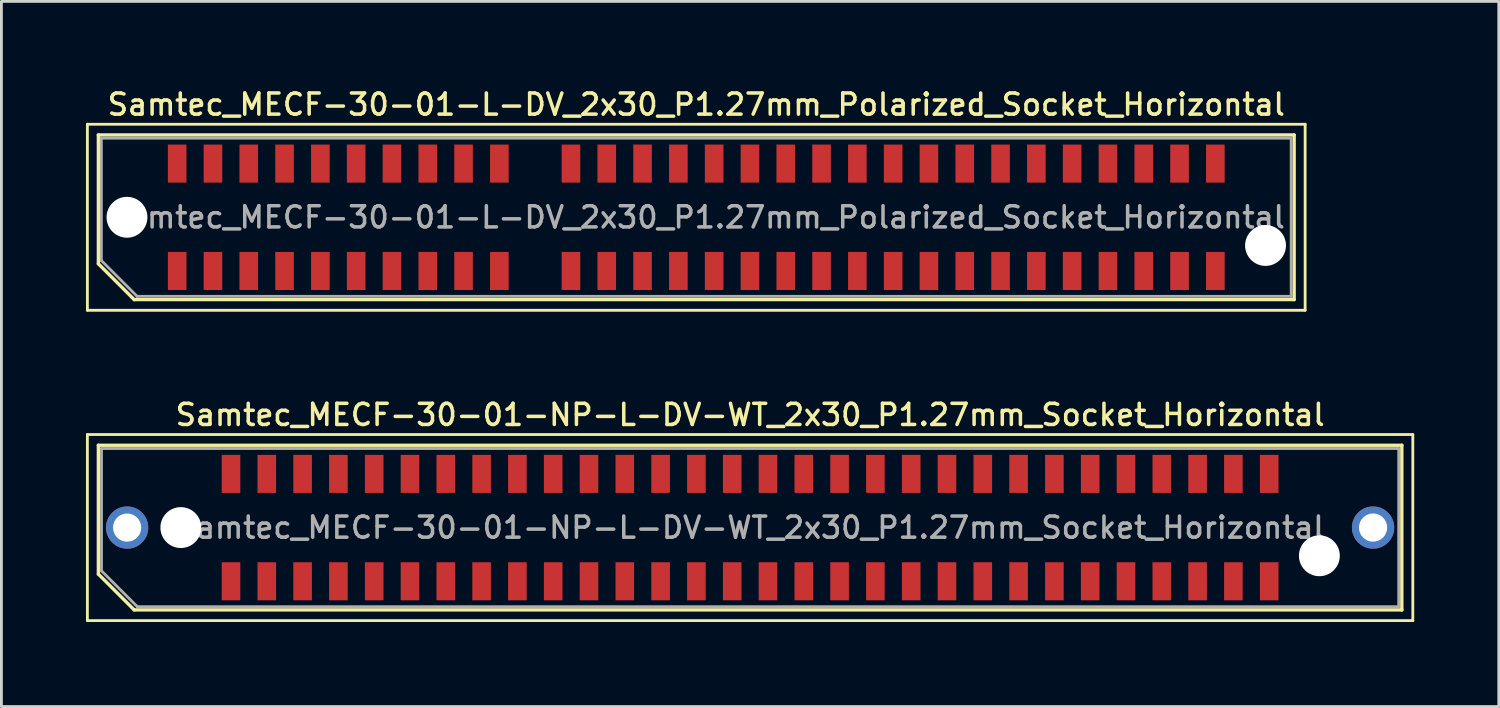
<source format=kicad_pcb>
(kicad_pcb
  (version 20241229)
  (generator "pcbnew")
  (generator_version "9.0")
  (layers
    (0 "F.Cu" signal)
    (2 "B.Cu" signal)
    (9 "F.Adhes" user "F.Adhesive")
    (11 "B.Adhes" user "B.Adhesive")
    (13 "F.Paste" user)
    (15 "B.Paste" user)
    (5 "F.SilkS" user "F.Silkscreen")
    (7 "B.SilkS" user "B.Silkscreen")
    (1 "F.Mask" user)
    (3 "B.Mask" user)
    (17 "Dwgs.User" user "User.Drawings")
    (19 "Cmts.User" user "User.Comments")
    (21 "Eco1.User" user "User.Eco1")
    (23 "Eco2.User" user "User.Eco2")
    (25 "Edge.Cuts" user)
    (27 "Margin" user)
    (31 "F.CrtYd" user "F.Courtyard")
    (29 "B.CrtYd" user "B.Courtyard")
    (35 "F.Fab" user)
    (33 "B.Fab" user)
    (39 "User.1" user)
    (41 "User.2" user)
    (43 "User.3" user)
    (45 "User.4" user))
  (footprint "Samtec_MECF-30-01-L-DV_2x30_P1.27mm_Polarized_Socket_Horizontal"
    (layer "F.Cu")
    (at 21.65 4.658)
    (property "Reference" "Samtec_MECF-30-01-L-DV_2x30_P1.27mm_Polarized_Socket_Horizontal" (at 0 -4 0) (layer "F.SilkS") (effects (font (size 0.75 0.75) (thickness 0.125))))
    (attr smd)
    (fp_line (start -21.6 -3.3) (end -21.6 3.3) (stroke (width 0.1) (type solid)) (layer "F.SilkS"))
    (fp_line (start -21.6 3.3) (end 21.6 3.3) (stroke (width 0.1) (type solid)) (layer "F.SilkS"))
    (fp_line (start -21.21 -2.92) (end 21.21 -2.92) (stroke (width 0.12) (type solid)) (layer "F.SilkS"))
    (fp_line (start -21.21 1.65) (end -21.21 -2.92) (stroke (width 0.12) (type solid)) (layer "F.SilkS"))
    (fp_line (start -19.94 2.92) (end -21.21 1.65) (stroke (width 0.12) (type solid)) (layer "F.SilkS"))
    (fp_line (start -19.94 2.92) (end 21.21 2.92) (stroke (width 0.12) (type solid)) (layer "F.SilkS"))
    (fp_line (start 21.21 2.92) (end 21.21 -2.92) (stroke (width 0.12) (type solid)) (layer "F.SilkS"))
    (fp_line (start 21.6 -3.3) (end -21.6 -3.3) (stroke (width 0.1) (type solid)) (layer "F.SilkS"))
    (fp_line (start 21.6 3.3) (end 21.6 -3.3) (stroke (width 0.1) (type solid)) (layer "F.SilkS"))
    (fp_line (start -21.105 -2.805) (end 21.105 -2.805) (stroke (width 0.1) (type solid)) (layer "F.Fab"))
    (fp_line (start -21.105 1.535) (end -21.105 -2.805) (stroke (width 0.1) (type solid)) (layer "F.Fab"))
    (fp_line (start -21.105 1.535) (end -19.835 2.805) (stroke (width 0.1) (type solid)) (layer "F.Fab"))
    (fp_line (start -19.835 2.805) (end 21.105 2.805) (stroke (width 0.1) (type solid)) (layer "F.Fab"))
    (fp_line (start 21.105 2.805) (end 21.105 -2.805) (stroke (width 0.1) (type solid)) (layer "F.Fab"))
    (fp_text user "${REFERENCE}" (at 0 0 0) (layer "F.Fab") (effects (font (size 0.75 0.75) (thickness 0.125))))
    (pad "" np_thru_hole circle (at -20.195 0) (size 1.45 1.45) (drill 1.45) (layers "*.Cu" "*.Mask"))
    (pad "" np_thru_hole circle (at 20.195 1) (size 1.45 1.45) (drill 1.45) (layers "*.Cu" "*.Mask"))
    (pad "1" smd rect (at -18.415 1.905) (size 0.66 1.35) (layers "F.Cu" "F.Mask" "F.Paste"))
    (pad "2" smd rect (at -18.415 -1.905) (size 0.66 1.35) (layers "F.Cu" "F.Mask" "F.Paste"))
    (pad "3" smd rect (at -17.145 1.905) (size 0.66 1.35) (layers "F.Cu" "F.Mask" "F.Paste"))
    (pad "4" smd rect (at -17.145 -1.905) (size 0.66 1.35) (layers "F.Cu" "F.Mask" "F.Paste"))
    (pad "5" smd rect (at -15.875 1.905) (size 0.66 1.35) (layers "F.Cu" "F.Mask" "F.Paste"))
    (pad "6" smd rect (at -15.875 -1.905) (size 0.66 1.35) (layers "F.Cu" "F.Mask" "F.Paste"))
    (pad "7" smd rect (at -14.605 1.905) (size 0.66 1.35) (layers "F.Cu" "F.Mask" "F.Paste"))
    (pad "8" smd rect (at -14.605 -1.905) (size 0.66 1.35) (layers "F.Cu" "F.Mask" "F.Paste"))
    (pad "9" smd rect (at -13.335 1.905) (size 0.66 1.35) (layers "F.Cu" "F.Mask" "F.Paste"))
    (pad "10" smd rect (at -13.335 -1.905) (size 0.66 1.35) (layers "F.Cu" "F.Mask" "F.Paste"))
    (pad "11" smd rect (at -12.065 1.905) (size 0.66 1.35) (layers "F.Cu" "F.Mask" "F.Paste"))
    (pad "12" smd rect (at -12.065 -1.905) (size 0.66 1.35) (layers "F.Cu" "F.Mask" "F.Paste"))
    (pad "13" smd rect (at -10.795 1.905) (size 0.66 1.35) (layers "F.Cu" "F.Mask" "F.Paste"))
    (pad "14" smd rect (at -10.795 -1.905) (size 0.66 1.35) (layers "F.Cu" "F.Mask" "F.Paste"))
    (pad "15" smd rect (at -9.525 1.905) (size 0.66 1.35) (layers "F.Cu" "F.Mask" "F.Paste"))
    (pad "16" smd rect (at -9.525 -1.905) (size 0.66 1.35) (layers "F.Cu" "F.Mask" "F.Paste"))
    (pad "17" smd rect (at -8.255 1.905) (size 0.66 1.35) (layers "F.Cu" "F.Mask" "F.Paste"))
    (pad "18" smd rect (at -8.255 -1.905) (size 0.66 1.35) (layers "F.Cu" "F.Mask" "F.Paste"))
    (pad "19" smd rect (at -6.985 1.905) (size 0.66 1.35) (layers "F.Cu" "F.Mask" "F.Paste"))
    (pad "20" smd rect (at -6.985 -1.905) (size 0.66 1.35) (layers "F.Cu" "F.Mask" "F.Paste"))
    (pad "23" smd rect (at -4.445 1.905) (size 0.66 1.35) (layers "F.Cu" "F.Mask" "F.Paste"))
    (pad "24" smd rect (at -4.445 -1.905) (size 0.66 1.35) (layers "F.Cu" "F.Mask" "F.Paste"))
    (pad "25" smd rect (at -3.175 1.905) (size 0.66 1.35) (layers "F.Cu" "F.Mask" "F.Paste"))
    (pad "26" smd rect (at -3.175 -1.905) (size 0.66 1.35) (layers "F.Cu" "F.Mask" "F.Paste"))
    (pad "27" smd rect (at -1.905 1.905) (size 0.66 1.35) (layers "F.Cu" "F.Mask" "F.Paste"))
    (pad "28" smd rect (at -1.905 -1.905) (size 0.66 1.35) (layers "F.Cu" "F.Mask" "F.Paste"))
    (pad "29" smd rect (at -0.635 1.905) (size 0.66 1.35) (layers "F.Cu" "F.Mask" "F.Paste"))
    (pad "30" smd rect (at -0.635 -1.905) (size 0.66 1.35) (layers "F.Cu" "F.Mask" "F.Paste"))
    (pad "31" smd rect (at 0.635 1.905) (size 0.66 1.35) (layers "F.Cu" "F.Mask" "F.Paste"))
    (pad "32" smd rect (at 0.635 -1.905) (size 0.66 1.35) (layers "F.Cu" "F.Mask" "F.Paste"))
    (pad "33" smd rect (at 1.905 1.905) (size 0.66 1.35) (layers "F.Cu" "F.Mask" "F.Paste"))
    (pad "34" smd rect (at 1.905 -1.905) (size 0.66 1.35) (layers "F.Cu" "F.Mask" "F.Paste"))
    (pad "35" smd rect (at 3.175 1.905) (size 0.66 1.35) (layers "F.Cu" "F.Mask" "F.Paste"))
    (pad "36" smd rect (at 3.175 -1.905) (size 0.66 1.35) (layers "F.Cu" "F.Mask" "F.Paste"))
    (pad "37" smd rect (at 4.445 1.905) (size 0.66 1.35) (layers "F.Cu" "F.Mask" "F.Paste"))
    (pad "38" smd rect (at 4.445 -1.905) (size 0.66 1.35) (layers "F.Cu" "F.Mask" "F.Paste"))
    (pad "39" smd rect (at 5.715 1.905) (size 0.66 1.35) (layers "F.Cu" "F.Mask" "F.Paste"))
    (pad "40" smd rect (at 5.715 -1.905) (size 0.66 1.35) (layers "F.Cu" "F.Mask" "F.Paste"))
    (pad "41" smd rect (at 6.985 1.905) (size 0.66 1.35) (layers "F.Cu" "F.Mask" "F.Paste"))
    (pad "42" smd rect (at 6.985 -1.905) (size 0.66 1.35) (layers "F.Cu" "F.Mask" "F.Paste"))
    (pad "43" smd rect (at 8.255 1.905) (size 0.66 1.35) (layers "F.Cu" "F.Mask" "F.Paste"))
    (pad "44" smd rect (at 8.255 -1.905) (size 0.66 1.35) (layers "F.Cu" "F.Mask" "F.Paste"))
    (pad "45" smd rect (at 9.525 1.905) (size 0.66 1.35) (layers "F.Cu" "F.Mask" "F.Paste"))
    (pad "46" smd rect (at 9.525 -1.905) (size 0.66 1.35) (layers "F.Cu" "F.Mask" "F.Paste"))
    (pad "47" smd rect (at 10.795 1.905) (size 0.66 1.35) (layers "F.Cu" "F.Mask" "F.Paste"))
    (pad "48" smd rect (at 10.795 -1.905) (size 0.66 1.35) (layers "F.Cu" "F.Mask" "F.Paste"))
    (pad "49" smd rect (at 12.065 1.905) (size 0.66 1.35) (layers "F.Cu" "F.Mask" "F.Paste"))
    (pad "50" smd rect (at 12.065 -1.905) (size 0.66 1.35) (layers "F.Cu" "F.Mask" "F.Paste"))
    (pad "51" smd rect (at 13.335 1.905) (size 0.66 1.35) (layers "F.Cu" "F.Mask" "F.Paste"))
    (pad "52" smd rect (at 13.335 -1.905) (size 0.66 1.35) (layers "F.Cu" "F.Mask" "F.Paste"))
    (pad "53" smd rect (at 14.605 1.905) (size 0.66 1.35) (layers "F.Cu" "F.Mask" "F.Paste"))
    (pad "54" smd rect (at 14.605 -1.905) (size 0.66 1.35) (layers "F.Cu" "F.Mask" "F.Paste"))
    (pad "55" smd rect (at 15.875 1.905) (size 0.66 1.35) (layers "F.Cu" "F.Mask" "F.Paste"))
    (pad "56" smd rect (at 15.875 -1.905) (size 0.66 1.35) (layers "F.Cu" "F.Mask" "F.Paste"))
    (pad "57" smd rect (at 17.145 1.905) (size 0.66 1.35) (layers "F.Cu" "F.Mask" "F.Paste"))
    (pad "58" smd rect (at 17.145 -1.905) (size 0.66 1.35) (layers "F.Cu" "F.Mask" "F.Paste"))
    (pad "59" smd rect (at 18.415 1.905) (size 0.66 1.35) (layers "F.Cu" "F.Mask" "F.Paste"))
    (pad "60" smd rect (at 18.415 -1.905) (size 0.66 1.35) (layers "F.Cu" "F.Mask" "F.Paste")))
  (footprint "Samtec_MECF-30-01-NP-L-DV-WT_2x30_P1.27mm_Socket_Horizontal"
    (layer "F.Cu")
    (at 23.56 15.666)
    (property "Reference" "Samtec_MECF-30-01-NP-L-DV-WT_2x30_P1.27mm_Socket_Horizontal" (at 0 -4 0) (layer "F.SilkS") (effects (font (size 0.75 0.75) (thickness 0.125))))
    (attr smd)
    (fp_line (start -23.51 -3.3) (end -23.51 3.3) (stroke (width 0.1) (type solid)) (layer "F.SilkS"))
    (fp_line (start -23.51 3.3) (end 23.51 3.3) (stroke (width 0.1) (type solid)) (layer "F.SilkS"))
    (fp_line (start -23.12 -2.92) (end 23.12 -2.92) (stroke (width 0.12) (type solid)) (layer "F.SilkS"))
    (fp_line (start -23.12 1.65) (end -23.12 -2.92) (stroke (width 0.12) (type solid)) (layer "F.SilkS"))
    (fp_line (start -21.85 2.92) (end -23.12 1.65) (stroke (width 0.12) (type solid)) (layer "F.SilkS"))
    (fp_line (start -21.85 2.92) (end 23.12 2.92) (stroke (width 0.12) (type solid)) (layer "F.SilkS"))
    (fp_line (start 23.12 2.92) (end 23.12 -2.92) (stroke (width 0.12) (type solid)) (layer "F.SilkS"))
    (fp_line (start 23.51 -3.3) (end -23.51 -3.3) (stroke (width 0.1) (type solid)) (layer "F.SilkS"))
    (fp_line (start 23.51 3.3) (end 23.51 -3.3) (stroke (width 0.1) (type solid)) (layer "F.SilkS"))
    (fp_line (start -23.01 -2.805) (end 23.01 -2.805) (stroke (width 0.1) (type solid)) (layer "F.Fab"))
    (fp_line (start -23.01 1.535) (end -23.01 -2.805) (stroke (width 0.1) (type solid)) (layer "F.Fab"))
    (fp_line (start -23.01 1.535) (end -21.74 2.805) (stroke (width 0.1) (type solid)) (layer "F.Fab"))
    (fp_line (start -21.74 2.805) (end 23.01 2.805) (stroke (width 0.1) (type solid)) (layer "F.Fab"))
    (fp_line (start 23.01 2.805) (end 23.01 -2.805) (stroke (width 0.1) (type solid)) (layer "F.Fab"))
    (fp_text user "${REFERENCE}" (at 0 0 0) (layer "F.Fab") (effects (font (size 0.75 0.75) (thickness 0.125))))
    (pad "" thru_hole circle (at -22.1 0) (size 1.5 1.5) (drill 1) (layers "*.Cu" "*.Mask"))
    (pad "" np_thru_hole circle (at -20.195 0) (size 1.45 1.45) (drill 1.45) (layers "*.Cu" "*.Mask"))
    (pad "" np_thru_hole circle (at 20.195 1) (size 1.45 1.45) (drill 1.45) (layers "*.Cu" "*.Mask"))
    (pad "" thru_hole circle (at 22.1 0) (size 1.5 1.5) (drill 1) (layers "*.Cu" "*.Mask"))
    (pad "1" smd rect (at -18.415 1.905) (size 0.66 1.35) (layers "F.Cu" "F.Mask" "F.Paste"))
    (pad "2" smd rect (at -18.415 -1.905) (size 0.66 1.35) (layers "F.Cu" "F.Mask" "F.Paste"))
    (pad "3" smd rect (at -17.145 1.905) (size 0.66 1.35) (layers "F.Cu" "F.Mask" "F.Paste"))
    (pad "4" smd rect (at -17.145 -1.905) (size 0.66 1.35) (layers "F.Cu" "F.Mask" "F.Paste"))
    (pad "5" smd rect (at -15.875 1.905) (size 0.66 1.35) (layers "F.Cu" "F.Mask" "F.Paste"))
    (pad "6" smd rect (at -15.875 -1.905) (size 0.66 1.35) (layers "F.Cu" "F.Mask" "F.Paste"))
    (pad "7" smd rect (at -14.605 1.905) (size 0.66 1.35) (layers "F.Cu" "F.Mask" "F.Paste"))
    (pad "8" smd rect (at -14.605 -1.905) (size 0.66 1.35) (layers "F.Cu" "F.Mask" "F.Paste"))
    (pad "9" smd rect (at -13.335 1.905) (size 0.66 1.35) (layers "F.Cu" "F.Mask" "F.Paste"))
    (pad "10" smd rect (at -13.335 -1.905) (size 0.66 1.35) (layers "F.Cu" "F.Mask" "F.Paste"))
    (pad "11" smd rect (at -12.065 1.905) (size 0.66 1.35) (layers "F.Cu" "F.Mask" "F.Paste"))
    (pad "12" smd rect (at -12.065 -1.905) (size 0.66 1.35) (layers "F.Cu" "F.Mask" "F.Paste"))
    (pad "13" smd rect (at -10.795 1.905) (size 0.66 1.35) (layers "F.Cu" "F.Mask" "F.Paste"))
    (pad "14" smd rect (at -10.795 -1.905) (size 0.66 1.35) (layers "F.Cu" "F.Mask" "F.Paste"))
    (pad "15" smd rect (at -9.525 1.905) (size 0.66 1.35) (layers "F.Cu" "F.Mask" "F.Paste"))
    (pad "16" smd rect (at -9.525 -1.905) (size 0.66 1.35) (layers "F.Cu" "F.Mask" "F.Paste"))
    (pad "17" smd rect (at -8.255 1.905) (size 0.66 1.35) (layers "F.Cu" "F.Mask" "F.Paste"))
    (pad "18" smd rect (at -8.255 -1.905) (size 0.66 1.35) (layers "F.Cu" "F.Mask" "F.Paste"))
    (pad "19" smd rect (at -6.985 1.905) (size 0.66 1.35) (layers "F.Cu" "F.Mask" "F.Paste"))
    (pad "20" smd rect (at -6.985 -1.905) (size 0.66 1.35) (layers "F.Cu" "F.Mask" "F.Paste"))
    (pad "21" smd rect (at -5.715 1.905) (size 0.66 1.35) (layers "F.Cu" "F.Mask" "F.Paste"))
    (pad "22" smd rect (at -5.715 -1.905) (size 0.66 1.35) (layers "F.Cu" "F.Mask" "F.Paste"))
    (pad "23" smd rect (at -4.445 1.905) (size 0.66 1.35) (layers "F.Cu" "F.Mask" "F.Paste"))
    (pad "24" smd rect (at -4.445 -1.905) (size 0.66 1.35) (layers "F.Cu" "F.Mask" "F.Paste"))
    (pad "25" smd rect (at -3.175 1.905) (size 0.66 1.35) (layers "F.Cu" "F.Mask" "F.Paste"))
    (pad "26" smd rect (at -3.175 -1.905) (size 0.66 1.35) (layers "F.Cu" "F.Mask" "F.Paste"))
    (pad "27" smd rect (at -1.905 1.905) (size 0.66 1.35) (layers "F.Cu" "F.Mask" "F.Paste"))
    (pad "28" smd rect (at -1.905 -1.905) (size 0.66 1.35) (layers "F.Cu" "F.Mask" "F.Paste"))
    (pad "29" smd rect (at -0.635 1.905) (size 0.66 1.35) (layers "F.Cu" "F.Mask" "F.Paste"))
    (pad "30" smd rect (at -0.635 -1.905) (size 0.66 1.35) (layers "F.Cu" "F.Mask" "F.Paste"))
    (pad "31" smd rect (at 0.635 1.905) (size 0.66 1.35) (layers "F.Cu" "F.Mask" "F.Paste"))
    (pad "32" smd rect (at 0.635 -1.905) (size 0.66 1.35) (layers "F.Cu" "F.Mask" "F.Paste"))
    (pad "33" smd rect (at 1.905 1.905) (size 0.66 1.35) (layers "F.Cu" "F.Mask" "F.Paste"))
    (pad "34" smd rect (at 1.905 -1.905) (size 0.66 1.35) (layers "F.Cu" "F.Mask" "F.Paste"))
    (pad "35" smd rect (at 3.175 1.905) (size 0.66 1.35) (layers "F.Cu" "F.Mask" "F.Paste"))
    (pad "36" smd rect (at 3.175 -1.905) (size 0.66 1.35) (layers "F.Cu" "F.Mask" "F.Paste"))
    (pad "37" smd rect (at 4.445 1.905) (size 0.66 1.35) (layers "F.Cu" "F.Mask" "F.Paste"))
    (pad "38" smd rect (at 4.445 -1.905) (size 0.66 1.35) (layers "F.Cu" "F.Mask" "F.Paste"))
    (pad "39" smd rect (at 5.715 1.905) (size 0.66 1.35) (layers "F.Cu" "F.Mask" "F.Paste"))
    (pad "40" smd rect (at 5.715 -1.905) (size 0.66 1.35) (layers "F.Cu" "F.Mask" "F.Paste"))
    (pad "41" smd rect (at 6.985 1.905) (size 0.66 1.35) (layers "F.Cu" "F.Mask" "F.Paste"))
    (pad "42" smd rect (at 6.985 -1.905) (size 0.66 1.35) (layers "F.Cu" "F.Mask" "F.Paste"))
    (pad "43" smd rect (at 8.255 1.905) (size 0.66 1.35) (layers "F.Cu" "F.Mask" "F.Paste"))
    (pad "44" smd rect (at 8.255 -1.905) (size 0.66 1.35) (layers "F.Cu" "F.Mask" "F.Paste"))
    (pad "45" smd rect (at 9.525 1.905) (size 0.66 1.35) (layers "F.Cu" "F.Mask" "F.Paste"))
    (pad "46" smd rect (at 9.525 -1.905) (size 0.66 1.35) (layers "F.Cu" "F.Mask" "F.Paste"))
    (pad "47" smd rect (at 10.795 1.905) (size 0.66 1.35) (layers "F.Cu" "F.Mask" "F.Paste"))
    (pad "48" smd rect (at 10.795 -1.905) (size 0.66 1.35) (layers "F.Cu" "F.Mask" "F.Paste"))
    (pad "49" smd rect (at 12.065 1.905) (size 0.66 1.35) (layers "F.Cu" "F.Mask" "F.Paste"))
    (pad "50" smd rect (at 12.065 -1.905) (size 0.66 1.35) (layers "F.Cu" "F.Mask" "F.Paste"))
    (pad "51" smd rect (at 13.335 1.905) (size 0.66 1.35) (layers "F.Cu" "F.Mask" "F.Paste"))
    (pad "52" smd rect (at 13.335 -1.905) (size 0.66 1.35) (layers "F.Cu" "F.Mask" "F.Paste"))
    (pad "53" smd rect (at 14.605 1.905) (size 0.66 1.35) (layers "F.Cu" "F.Mask" "F.Paste"))
    (pad "54" smd rect (at 14.605 -1.905) (size 0.66 1.35) (layers "F.Cu" "F.Mask" "F.Paste"))
    (pad "55" smd rect (at 15.875 1.905) (size 0.66 1.35) (layers "F.Cu" "F.Mask" "F.Paste"))
    (pad "56" smd rect (at 15.875 -1.905) (size 0.66 1.35) (layers "F.Cu" "F.Mask" "F.Paste"))
    (pad "57" smd rect (at 17.145 1.905) (size 0.66 1.35) (layers "F.Cu" "F.Mask" "F.Paste"))
    (pad "58" smd rect (at 17.145 -1.905) (size 0.66 1.35) (layers "F.Cu" "F.Mask" "F.Paste"))
    (pad "59" smd rect (at 18.415 1.905) (size 0.66 1.35) (layers "F.Cu" "F.Mask" "F.Paste"))
    (pad "60" smd rect (at 18.415 -1.905) (size 0.66 1.35) (layers "F.Cu" "F.Mask" "F.Paste")))
  (gr_rect
    (start -3 -3)
    (end 50.12 22.016)
    (stroke (width 0.1) (type default))
    (fill no)
    (layer "Edge.Cuts")))
</source>
